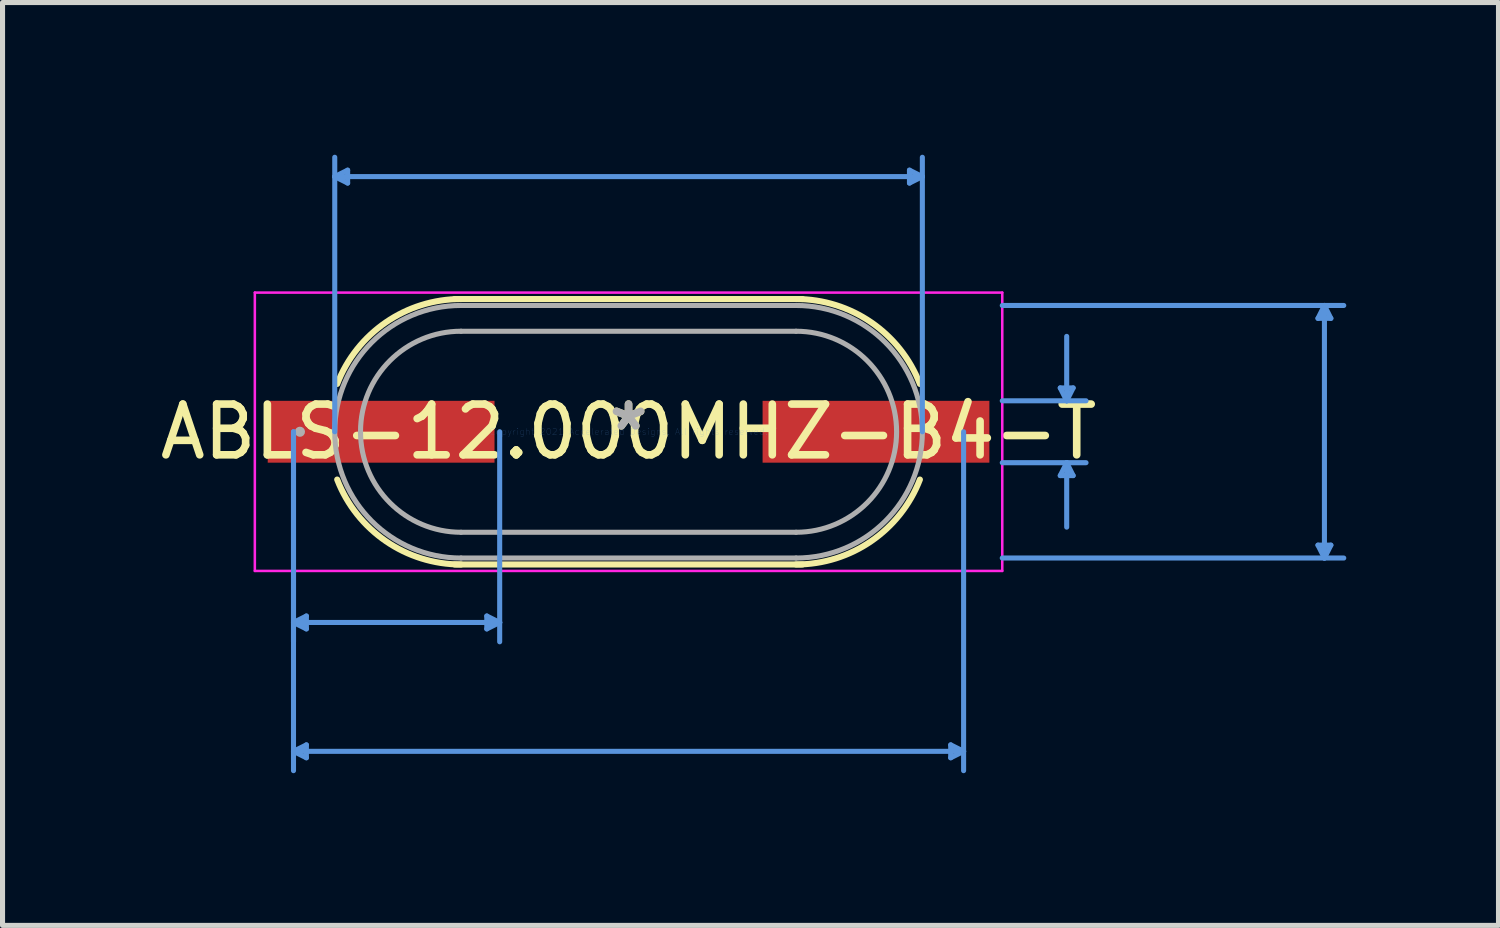
<source format=kicad_pcb>
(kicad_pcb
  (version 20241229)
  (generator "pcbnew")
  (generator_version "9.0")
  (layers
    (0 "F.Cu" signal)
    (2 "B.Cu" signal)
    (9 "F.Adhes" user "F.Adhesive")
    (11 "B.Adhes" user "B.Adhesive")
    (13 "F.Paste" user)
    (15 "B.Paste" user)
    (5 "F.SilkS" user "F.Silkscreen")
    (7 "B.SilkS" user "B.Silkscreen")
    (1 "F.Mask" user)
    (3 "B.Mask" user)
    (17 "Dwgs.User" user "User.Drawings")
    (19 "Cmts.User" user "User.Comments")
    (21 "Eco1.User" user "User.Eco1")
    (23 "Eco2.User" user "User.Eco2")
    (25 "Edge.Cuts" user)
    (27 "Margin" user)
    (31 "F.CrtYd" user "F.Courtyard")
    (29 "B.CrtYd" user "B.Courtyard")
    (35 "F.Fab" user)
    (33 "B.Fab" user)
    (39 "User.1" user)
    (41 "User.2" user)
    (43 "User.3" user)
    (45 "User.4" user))
  (footprint "ABLS-12.000MHZ-B4-T"
    (layer "F.Cu")
    (at 9.339 5.46)
    (property "Reference" "ABLS-12.000MHZ-B4-T" (at 0 0 0) (layer "F.SilkS") (effects (font (size 1 1) (thickness 0.15))))
    (attr smd)
    (fp_line (start -3.429 -2.616) (end 3.429 -2.616) (stroke (width 0.12) (type solid)) (layer "F.SilkS"))
    (fp_line (start 3.429 2.616) (end -3.429 2.616) (stroke (width 0.12) (type solid)) (layer "F.SilkS"))
    (fp_arc (start -5.742594 -0.94234) (mid -4.781722 -2.157528) (end -3.302 -2.6162) (stroke (width 0.12) (type solid)) (layer "F.SilkS"))
    (fp_arc (start -3.302002 2.6162) (mid -4.781723 2.157527) (end -5.742594 0.942339) (stroke (width 0.12) (type solid)) (layer "F.SilkS"))
    (fp_arc (start 3.302 -2.6162) (mid 4.781722 -2.157528) (end 5.742594 -0.94234) (stroke (width 0.12) (type solid)) (layer "F.SilkS"))
    (fp_arc (start 5.742594 0.94234) (mid 4.781722 2.157528) (end 3.302 2.6162) (stroke (width 0.12) (type solid)) (layer "F.SilkS"))
    (fp_line (start -6.604 0) (end -6.604 4.14) (stroke (width 0.1) (type solid)) (layer "Cmts.User"))
    (fp_line (start -6.604 0) (end -6.604 6.68) (stroke (width 0.1) (type solid)) (layer "Cmts.User"))
    (fp_line (start -6.604 3.759) (end -6.35 3.632) (stroke (width 0.1) (type solid)) (layer "Cmts.User"))
    (fp_line (start -6.604 3.759) (end -6.35 3.886) (stroke (width 0.1) (type solid)) (layer "Cmts.User"))
    (fp_line (start -6.604 3.759) (end -2.54 3.759) (stroke (width 0.1) (type solid)) (layer "Cmts.User"))
    (fp_line (start -6.604 6.299) (end -6.35 6.172) (stroke (width 0.1) (type solid)) (layer "Cmts.User"))
    (fp_line (start -6.604 6.299) (end -6.35 6.426) (stroke (width 0.1) (type solid)) (layer "Cmts.User"))
    (fp_line (start -6.604 6.299) (end 6.604 6.299) (stroke (width 0.1) (type solid)) (layer "Cmts.User"))
    (fp_line (start -6.35 3.632) (end -6.35 3.886) (stroke (width 0.1) (type solid)) (layer "Cmts.User"))
    (fp_line (start -6.35 6.172) (end -6.35 6.426) (stroke (width 0.1) (type solid)) (layer "Cmts.User"))
    (fp_line (start -5.791 -5.029) (end -5.537 -5.156) (stroke (width 0.1) (type solid)) (layer "Cmts.User"))
    (fp_line (start -5.791 -5.029) (end -5.537 -4.902) (stroke (width 0.1) (type solid)) (layer "Cmts.User"))
    (fp_line (start -5.791 -5.029) (end 5.791 -5.029) (stroke (width 0.1) (type solid)) (layer "Cmts.User"))
    (fp_line (start -5.791 0) (end -5.791 -5.41) (stroke (width 0.1) (type solid)) (layer "Cmts.User"))
    (fp_line (start -5.537 -5.156) (end -5.537 -4.902) (stroke (width 0.1) (type solid)) (layer "Cmts.User"))
    (fp_line (start -2.794 3.632) (end -2.794 3.886) (stroke (width 0.1) (type solid)) (layer "Cmts.User"))
    (fp_line (start -2.54 0) (end -2.54 4.14) (stroke (width 0.1) (type solid)) (layer "Cmts.User"))
    (fp_line (start -2.54 3.759) (end -2.794 3.632) (stroke (width 0.1) (type solid)) (layer "Cmts.User"))
    (fp_line (start -2.54 3.759) (end -2.794 3.886) (stroke (width 0.1) (type solid)) (layer "Cmts.User"))
    (fp_line (start 5.537 -5.156) (end 5.537 -4.902) (stroke (width 0.1) (type solid)) (layer "Cmts.User"))
    (fp_line (start 5.791 -5.029) (end 5.537 -5.156) (stroke (width 0.1) (type solid)) (layer "Cmts.User"))
    (fp_line (start 5.791 -5.029) (end 5.537 -4.902) (stroke (width 0.1) (type solid)) (layer "Cmts.User"))
    (fp_line (start 5.791 0) (end 5.791 -5.41) (stroke (width 0.1) (type solid)) (layer "Cmts.User"))
    (fp_line (start 6.35 6.172) (end 6.35 6.426) (stroke (width 0.1) (type solid)) (layer "Cmts.User"))
    (fp_line (start 6.604 0) (end 6.604 6.68) (stroke (width 0.1) (type solid)) (layer "Cmts.User"))
    (fp_line (start 6.604 6.299) (end 6.35 6.172) (stroke (width 0.1) (type solid)) (layer "Cmts.User"))
    (fp_line (start 6.604 6.299) (end 6.35 6.426) (stroke (width 0.1) (type solid)) (layer "Cmts.User"))
    (fp_line (start 7.366 -2.489) (end 14.097 -2.489) (stroke (width 0.1) (type solid)) (layer "Cmts.User"))
    (fp_line (start 7.366 -0.61) (end 9.017 -0.61) (stroke (width 0.1) (type solid)) (layer "Cmts.User"))
    (fp_line (start 7.366 0.61) (end 9.017 0.61) (stroke (width 0.1) (type solid)) (layer "Cmts.User"))
    (fp_line (start 7.366 2.489) (end 14.097 2.489) (stroke (width 0.1) (type solid)) (layer "Cmts.User"))
    (fp_line (start 8.509 -0.864) (end 8.763 -0.864) (stroke (width 0.1) (type solid)) (layer "Cmts.User"))
    (fp_line (start 8.509 0.864) (end 8.763 0.864) (stroke (width 0.1) (type solid)) (layer "Cmts.User"))
    (fp_line (start 8.636 -0.61) (end 8.509 -0.864) (stroke (width 0.1) (type solid)) (layer "Cmts.User"))
    (fp_line (start 8.636 -0.61) (end 8.636 -1.88) (stroke (width 0.1) (type solid)) (layer "Cmts.User"))
    (fp_line (start 8.636 -0.61) (end 8.763 -0.864) (stroke (width 0.1) (type solid)) (layer "Cmts.User"))
    (fp_line (start 8.636 0.61) (end 8.509 0.864) (stroke (width 0.1) (type solid)) (layer "Cmts.User"))
    (fp_line (start 8.636 0.61) (end 8.636 1.88) (stroke (width 0.1) (type solid)) (layer "Cmts.User"))
    (fp_line (start 8.636 0.61) (end 8.763 0.864) (stroke (width 0.1) (type solid)) (layer "Cmts.User"))
    (fp_line (start 13.589 -2.235) (end 13.843 -2.235) (stroke (width 0.1) (type solid)) (layer "Cmts.User"))
    (fp_line (start 13.589 2.235) (end 13.843 2.235) (stroke (width 0.1) (type solid)) (layer "Cmts.User"))
    (fp_line (start 13.716 -2.489) (end 13.589 -2.235) (stroke (width 0.1) (type solid)) (layer "Cmts.User"))
    (fp_line (start 13.716 -2.489) (end 13.716 2.489) (stroke (width 0.1) (type solid)) (layer "Cmts.User"))
    (fp_line (start 13.716 -2.489) (end 13.843 -2.235) (stroke (width 0.1) (type solid)) (layer "Cmts.User"))
    (fp_line (start 13.716 2.489) (end 13.589 2.235) (stroke (width 0.1) (type solid)) (layer "Cmts.User"))
    (fp_line (start 13.716 2.489) (end 13.843 2.235) (stroke (width 0.1) (type solid)) (layer "Cmts.User"))
    (fp_line (start -7.366 -2.743) (end 7.366 -2.743) (stroke (width 0.05) (type solid)) (layer "F.CrtYd"))
    (fp_line (start -7.366 2.743) (end -7.366 -2.743) (stroke (width 0.05) (type solid)) (layer "F.CrtYd"))
    (fp_line (start 7.366 -2.743) (end 7.366 2.743) (stroke (width 0.05) (type solid)) (layer "F.CrtYd"))
    (fp_line (start 7.366 2.743) (end -7.366 2.743) (stroke (width 0.05) (type solid)) (layer "F.CrtYd"))
    (fp_line (start -3.302 -2.489) (end 3.302 -2.489) (stroke (width 0.1) (type solid)) (layer "F.Fab"))
    (fp_line (start -3.302 -1.981) (end 3.302 -1.981) (stroke (width 0.1) (type solid)) (layer "F.Fab"))
    (fp_line (start 3.302 1.981) (end -3.302 1.981) (stroke (width 0.1) (type solid)) (layer "F.Fab"))
    (fp_line (start 3.302 2.489) (end -3.302 2.489) (stroke (width 0.1) (type solid)) (layer "F.Fab"))
    (fp_arc (start -3.302 1.9812) (mid -5.2832 0) (end -3.302 -1.9812) (stroke (width 0.1) (type solid)) (layer "F.Fab"))
    (fp_arc (start -3.302 2.4892) (mid -5.7912 0) (end -3.302 -2.4892) (stroke (width 0.1) (type solid)) (layer "F.Fab"))
    (fp_arc (start 3.302 -2.4892) (mid 5.7912 0) (end 3.302 2.4892) (stroke (width 0.1) (type solid)) (layer "F.Fab"))
    (fp_arc (start 3.302 -1.9812) (mid 5.2832 0) (end 3.302 1.9812) (stroke (width 0.1) (type solid)) (layer "F.Fab"))
    (fp_circle (center -6.477 0) (end -6.477 0) (stroke (width 0.1) (type solid)) (fill no) (layer "F.Fab"))
    (fp_text user "*" (at 0 0 0) (layer "F.SilkS") (effects (font (size 1 1) (thickness 0.15))))
    (fp_text user "Copyright 2021 Accelerated Designs. All rights reserved." (at 0 0 0) (layer "Cmts.User") (effects (font (size 0.127 0.127) (thickness 0.002))))
    (fp_text user "*" (at 0 0 0) (layer "F.Fab") (effects (font (size 1 1) (thickness 0.15))))
    (pad "1" smd rect (at -4.877 0 90) (size 1.219 4.47) (layers "F.Cu" "F.Mask" "F.Paste"))
    (pad "2" smd rect (at 4.877 0 90) (size 1.219 4.47) (layers "F.Cu" "F.Mask" "F.Paste")))
  (gr_rect
    (start -3 -3)
    (end 26.486 15.19)
    (stroke (width 0.1) (type default))
    (fill no)
    (layer "Edge.Cuts")))
</source>
